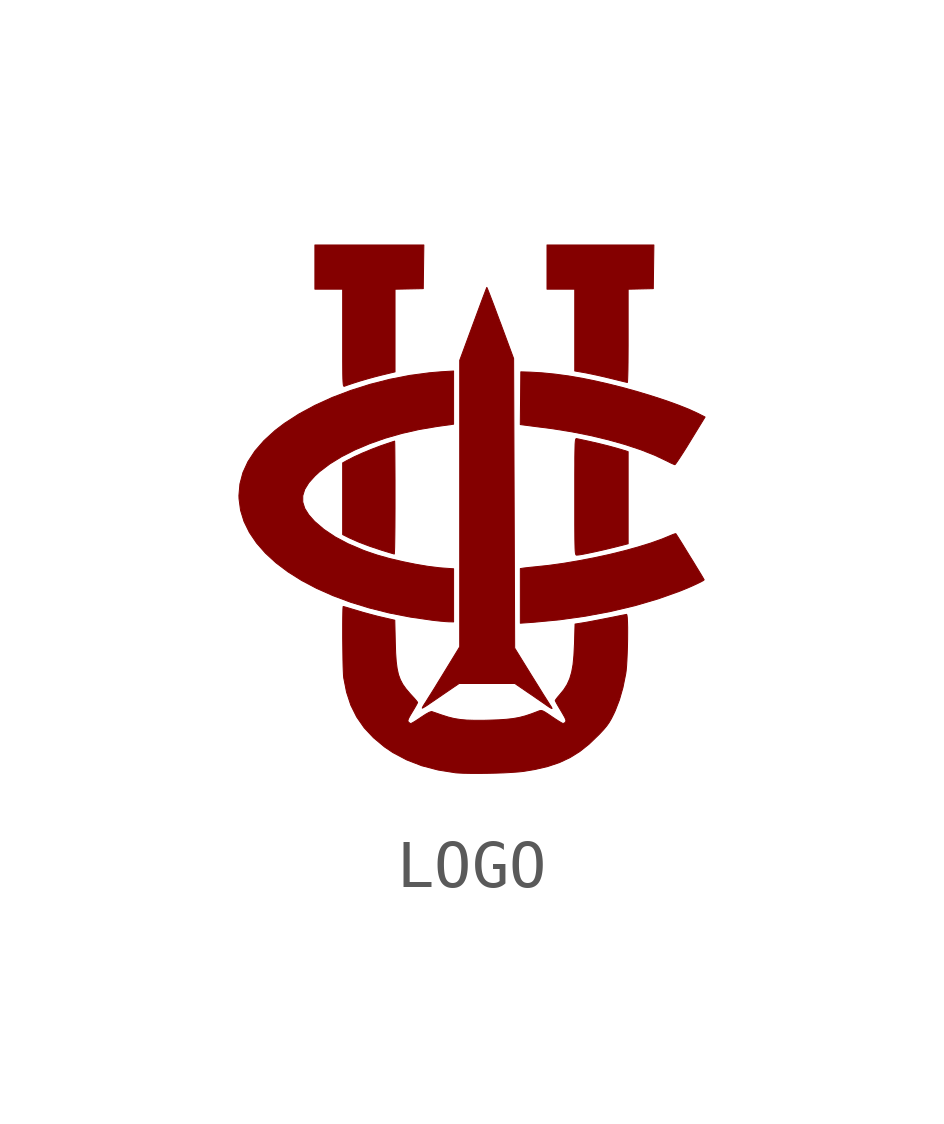
<source format=kicad_sym>
(kicad_symbol_lib
  (version 20210619)
  (generator bitmap2component)
  (symbol "LOGO"
    (pin_names
      (offset 1.016))
    (property "Reference" "#G"
      (at 0 4.988 0)
      (effects (font (size 1.27 1.27)) hide))
    (symbol "LOGO_0_0"
      (polyline (pts (xy 0.285 -5.505) (xy 0.467 -5.501) (xy 0.643 -5.495) (xy 0.804 -5.486) (xy 0.942 -5.476) (xy 1.048 -5.465) (xy 1.288 -5.425) (xy 1.557 -5.362) (xy 1.798 -5.281) (xy 2.016 -5.179) (xy 2.22 -5.052) (xy 2.414 -4.898) (xy 2.607 -4.712) (xy 2.634 -4.685) (xy 2.719 -4.594) (xy 2.783 -4.517) (xy 2.833 -4.446) (xy 2.879 -4.367) (xy 2.927 -4.271) (xy 2.958 -4.205) (xy 3.047 -3.975) (xy 3.12 -3.72) (xy 3.178 -3.432) (xy 3.187 -3.367) (xy 3.196 -3.267) (xy 3.203 -3.147) (xy 3.209 -3.012) (xy 3.214 -2.871) (xy 3.217 -2.728) (xy 3.218 -2.59) (xy 3.218 -2.463) (xy 3.215 -2.354) (xy 3.211 -2.269) (xy 3.204 -2.214) (xy 3.196 -2.195) (xy 3.174 -2.2) (xy 3.116 -2.211) (xy 3.03 -2.228) (xy 2.922 -2.25) (xy 2.8 -2.274) (xy 2.709 -2.292) (xy 2.575 -2.318) (xy 2.451 -2.342) (xy 2.348 -2.361) (xy 2.275 -2.373) (xy 2.123 -2.397) (xy 2.111 -2.818) (xy 2.11 -2.829) (xy 2.099 -3.053) (xy 2.081 -3.24) (xy 2.052 -3.399) (xy 2.012 -3.535) (xy 1.958 -3.655) (xy 1.888 -3.765) (xy 1.801 -3.871) (xy 1.758 -3.921) (xy 1.724 -3.966) (xy 1.71 -3.989) (xy 1.717 -4.006) (xy 1.742 -4.054) (xy 1.782 -4.123) (xy 1.831 -4.205) (xy 1.866 -4.265) (xy 1.907 -4.337) (xy 1.928 -4.385) (xy 1.933 -4.416) (xy 1.924 -4.436) (xy 1.906 -4.454) (xy 1.875 -4.468) (xy 1.85 -4.458) (xy 1.797 -4.427) (xy 1.725 -4.381) (xy 1.641 -4.325) (xy 1.567 -4.274) (xy 1.5 -4.231) (xy 1.454 -4.206) (xy 1.421 -4.197) (xy 1.393 -4.199) (xy 1.362 -4.209) (xy 1.357 -4.212) (xy 1.214 -4.266) (xy 1.085 -4.309) (xy 0.962 -4.341) (xy 0.834 -4.364) (xy 0.692 -4.38) (xy 0.526 -4.391) (xy 0.327 -4.398) (xy 0.22 -4.401) (xy 0.028 -4.401) (xy -0.133 -4.396) (xy -0.272 -4.383) (xy -0.397 -4.363) (xy -0.517 -4.333) (xy -0.64 -4.294) (xy -0.677 -4.282) (xy -0.759 -4.253) (xy -0.824 -4.231) (xy -0.859 -4.219) (xy -0.869 -4.219) (xy -0.916 -4.235) (xy -0.989 -4.276) (xy -1.084 -4.338) (xy -1.146 -4.38) (xy -1.217 -4.426) (xy -1.27 -4.457) (xy -1.296 -4.468) (xy -1.314 -4.463) (xy -1.347 -4.436) (xy -1.353 -4.428) (xy -1.357 -4.404) (xy -1.345 -4.367) (xy -1.315 -4.309) (xy -1.264 -4.224) (xy -1.234 -4.174) (xy -1.193 -4.104) (xy -1.165 -4.052) (xy -1.155 -4.029) (xy -1.157 -4.024) (xy -1.18 -3.993) (xy -1.223 -3.942) (xy -1.28 -3.88) (xy -1.313 -3.844) (xy -1.397 -3.745) (xy -1.464 -3.651) (xy -1.515 -3.553) (xy -1.554 -3.446) (xy -1.581 -3.322) (xy -1.6 -3.176) (xy -1.612 -3.001) (xy -1.619 -2.789) (xy -1.63 -2.317) (xy -1.889 -2.257) (xy -1.987 -2.234) (xy -2.135 -2.195) (xy -2.286 -2.154) (xy -2.42 -2.114) (xy -2.443 -2.107) (xy -2.542 -2.078) (xy -2.623 -2.053) (xy -2.68 -2.037) (xy -2.704 -2.031) (xy -2.707 -2.041) (xy -2.71 -2.086) (xy -2.712 -2.165) (xy -2.714 -2.271) (xy -2.715 -2.397) (xy -2.715 -2.539) (xy -2.715 -2.691) (xy -2.713 -2.846) (xy -2.711 -2.998) (xy -2.709 -3.142) (xy -2.706 -3.272) (xy -2.702 -3.382) (xy -2.698 -3.465) (xy -2.693 -3.517) (xy -2.634 -3.816) (xy -2.545 -4.087) (xy -2.423 -4.332) (xy -2.267 -4.557) (xy -2.074 -4.763) (xy -1.843 -4.956) (xy -1.67 -5.073) (xy -1.383 -5.225) (xy -1.068 -5.347) (xy -0.728 -5.436) (xy -0.363 -5.494) (xy -0.324 -5.497) (xy -0.207 -5.503) (xy -0.061 -5.506) (xy 0.106 -5.507) (xy 0.285 -5.505)) (stroke (width 0.01)) (fill (type outline)))
      (polyline (pts (xy 1.644 -4.156) (xy 1.635 -4.132) (xy 1.609 -4.09) (xy 1.602 -4.081) (xy 1.573 -4.035) (xy 1.525 -3.959) (xy 1.462 -3.86) (xy 1.388 -3.74) (xy 1.305 -3.607) (xy 1.216 -3.464) (xy 0.866 -2.897) (xy 0.855 0.118) (xy 0.844 3.132) (xy 0.569 3.876) (xy 0.563 3.89) (xy 0.501 4.056) (xy 0.444 4.21) (xy 0.393 4.344) (xy 0.35 4.456) (xy 0.317 4.541) (xy 0.295 4.594) (xy 0.286 4.612) (xy 0.285 4.611) (xy 0.275 4.586) (xy 0.252 4.525) (xy 0.217 4.433) (xy 0.173 4.316) (xy 0.121 4.176) (xy 0.063 4.019) (xy 0.000100 3.849) (xy -0.278 3.094) (xy -0.278 -2.87) (xy -0.613 -3.418) (xy -0.635 -3.454) (xy -0.722 -3.595) (xy -0.803 -3.728) (xy -0.876 -3.845) (xy -0.938 -3.943) (xy -0.983 -4.016) (xy -1.01 -4.057) (xy -1.032 -4.092) (xy -1.054 -4.132) (xy -1.057 -4.148) (xy -1.033 -4.136) (xy -0.984 -4.107) (xy -0.922 -4.066) (xy -0.913 -4.059) (xy -0.845 -4.013) (xy -0.753 -3.95) (xy -0.651 -3.88) (xy -0.547 -3.809) (xy -0.292 -3.635) (xy 0.87 -3.635) (xy 1.156 -3.831) (xy 1.21 -3.867) (xy 1.314 -3.939) (xy 1.41 -4.005) (xy 1.488 -4.059) (xy 1.539 -4.095) (xy 1.58 -4.123) (xy 1.623 -4.149) (xy 1.643 -4.157) (xy 1.644 -4.156)) (stroke (width 0.01)) (fill (type outline)))
      (polyline (pts (xy 1.203 -2.364) (xy 1.249 -2.361) (xy 1.799 -2.309) (xy 2.341 -2.233) (xy 2.869 -2.134) (xy 3.377 -2.013) (xy 3.859 -1.871) (xy 4.308 -1.711) (xy 4.355 -1.692) (xy 4.465 -1.647) (xy 4.57 -1.601) (xy 4.665 -1.557) (xy 4.741 -1.52) (xy 4.792 -1.492) (xy 4.811 -1.476) (xy 4.81 -1.474) (xy 4.793 -1.444) (xy 4.759 -1.386) (xy 4.71 -1.305) (xy 4.65 -1.207) (xy 4.584 -1.098) (xy 4.513 -0.984) (xy 4.443 -0.87) (xy 4.377 -0.762) (xy 4.318 -0.667) (xy 4.27 -0.591) (xy 4.236 -0.538) (xy 4.221 -0.515) (xy 4.202 -0.518) (xy 4.154 -0.535) (xy 4.089 -0.562) (xy 3.935 -0.626) (xy 3.7 -0.71) (xy 3.435 -0.792) (xy 3.145 -0.872) (xy 2.838 -0.948) (xy 2.52 -1.017) (xy 2.197 -1.079) (xy 1.878 -1.133) (xy 1.567 -1.176) (xy 1.272 -1.207) (xy 1.192 -1.215) (xy 1.111 -1.224) (xy 1.053 -1.231) (xy 0.984 -1.242) (xy 0.984 -2.379) (xy 1.203 -2.364)) (stroke (width 0.01)) (fill (type outline)))
      (polyline (pts (xy -0.406 -1.246) (xy -0.611 -1.232) (xy -0.697 -1.225) (xy -0.941 -1.195) (xy -1.206 -1.15) (xy -1.48 -1.094) (xy -1.748 -1.03) (xy -2 -0.959) (xy -2.221 -0.884) (xy -2.296 -0.856) (xy -2.605 -0.724) (xy -2.874 -0.581) (xy -3.105 -0.426) (xy -3.299 -0.26) (xy -3.419 -0.125) (xy -3.504 0.01) (xy -3.546 0.143) (xy -3.546 0.274) (xy -3.505 0.407) (xy -3.421 0.543) (xy -3.294 0.685) (xy -3.196 0.775) (xy -2.985 0.935) (xy -2.738 1.087) (xy -2.46 1.228) (xy -2.155 1.357) (xy -1.829 1.472) (xy -1.484 1.571) (xy -1.127 1.652) (xy -0.761 1.714) (xy -0.406 1.764) (xy -0.406 2.317) (xy -0.406 2.871) (xy -0.657 2.856) (xy -0.906 2.835) (xy -1.319 2.78) (xy -1.734 2.699) (xy -2.146 2.594) (xy -2.547 2.467) (xy -2.932 2.321) (xy -3.294 2.156) (xy -3.627 1.976) (xy -3.926 1.783) (xy -4.123 1.633) (xy -4.353 1.423) (xy -4.541 1.207) (xy -4.687 0.985) (xy -4.792 0.756) (xy -4.854 0.52) (xy -4.875 0.278) (xy -4.873 0.213) (xy -4.841 -0.028) (xy -4.769 -0.262) (xy -4.657 -0.49) (xy -4.508 -0.71) (xy -4.323 -0.921) (xy -4.104 -1.122) (xy -3.852 -1.312) (xy -3.57 -1.49) (xy -3.257 -1.655) (xy -2.917 -1.806) (xy -2.55 -1.943) (xy -2.158 -2.063) (xy -1.744 -2.167) (xy -1.307 -2.252) (xy -0.85 -2.318) (xy -0.771 -2.327) (xy -0.664 -2.338) (xy -0.572 -2.346) (xy -0.508 -2.35) (xy -0.406 -2.352) (xy -0.406 -1.246)) (stroke (width 0.01)) (fill (type outline)))
      (polyline (pts (xy 2.203 -0.958) (xy 2.287 -0.944) (xy 2.398 -0.922) (xy 2.531 -0.894) (xy 2.68 -0.861) (xy 2.836 -0.824) (xy 2.995 -0.785) (xy 3.148 -0.746) (xy 3.228 -0.725) (xy 3.228 1.193) (xy 3.084 1.237) (xy 2.995 1.263) (xy 2.816 1.312) (xy 2.623 1.36) (xy 2.405 1.41) (xy 2.154 1.464) (xy 2.151 1.464) (xy 2.144 1.462) (xy 2.138 1.453) (xy 2.132 1.433) (xy 2.128 1.4) (xy 2.124 1.35) (xy 2.122 1.28) (xy 2.12 1.186) (xy 2.118 1.066) (xy 2.118 0.916) (xy 2.117 0.733) (xy 2.117 0.513) (xy 2.117 0.255) (xy 2.117 0.099) (xy 2.117 -0.136) (xy 2.117 -0.334) (xy 2.118 -0.498) (xy 2.119 -0.63) (xy 2.121 -0.734) (xy 2.123 -0.814) (xy 2.126 -0.873) (xy 2.13 -0.914) (xy 2.135 -0.94) (xy 2.141 -0.954) (xy 2.148 -0.961) (xy 2.156 -0.962) (xy 2.203 -0.958)) (stroke (width 0.01)) (fill (type outline)))
      (polyline (pts (xy -1.639 -0.931) (xy -1.636 -0.886) (xy -1.633 -0.805) (xy -1.631 -0.691) (xy -1.629 -0.548) (xy -1.627 -0.38) (xy -1.626 -0.191) (xy -1.625 0.015) (xy -1.625 0.235) (xy -1.625 0.372) (xy -1.625 0.584) (xy -1.626 0.78) (xy -1.627 0.957) (xy -1.628 1.11) (xy -1.629 1.236) (xy -1.63 1.331) (xy -1.632 1.39) (xy -1.633 1.411) (xy -1.634 1.411) (xy -1.66 1.403) (xy -1.717 1.384) (xy -1.798 1.357) (xy -1.895 1.324) (xy -1.924 1.314) (xy -2.111 1.243) (xy -2.3 1.165) (xy -2.476 1.085) (xy -2.624 1.009) (xy -2.715 0.959) (xy -2.715 -0.534) (xy -2.61 -0.587) (xy -2.551 -0.616) (xy -2.366 -0.697) (xy -2.15 -0.778) (xy -1.914 -0.857) (xy -1.904 -0.86) (xy -1.806 -0.89) (xy -1.724 -0.915) (xy -1.666 -0.932) (xy -1.641 -0.939) (xy -1.639 -0.931)) (stroke (width 0.01)) (fill (type outline)))
      (polyline (pts (xy 4.219 0.94) (xy 4.255 0.991) (xy 4.307 1.069) (xy 4.372 1.169) (xy 4.446 1.286) (xy 4.526 1.417) (xy 4.83 1.913) (xy 4.708 1.975) (xy 4.702 1.979) (xy 4.511 2.067) (xy 4.285 2.158) (xy 4.029 2.251) (xy 3.752 2.342) (xy 3.46 2.431) (xy 3.158 2.516) (xy 2.855 2.593) (xy 2.556 2.662) (xy 2.268 2.721) (xy 1.999 2.767) (xy 1.993 2.768) (xy 1.704 2.807) (xy 1.431 2.834) (xy 1.187 2.848) (xy 0.994 2.854) (xy 0.983 1.756) (xy 1.074 1.744) (xy 1.097 1.741) (xy 1.168 1.732) (xy 1.267 1.719) (xy 1.383 1.704) (xy 1.507 1.689) (xy 1.656 1.669) (xy 2.054 1.605) (xy 2.441 1.528) (xy 2.813 1.439) (xy 3.165 1.34) (xy 3.49 1.232) (xy 3.784 1.116) (xy 4.041 0.994) (xy 4.049 0.99) (xy 4.118 0.955) (xy 4.173 0.931) (xy 4.201 0.921) (xy 4.202 0.921) (xy 4.219 0.94)) (stroke (width 0.01)) (fill (type outline)))
      (polyline (pts (xy -2.678 2.554) (xy -2.618 2.576) (xy -2.496 2.617) (xy -2.351 2.663) (xy -2.197 2.708) (xy -2.045 2.75) (xy -1.908 2.785) (xy -1.625 2.853) (xy -1.625 4.574) (xy -1.331 4.58) (xy -1.037 4.586) (xy -1.031 5.04) (xy -1.025 5.495) (xy -3.293 5.495) (xy -3.293 4.575) (xy -2.715 4.575) (xy -2.715 3.491) (xy -2.715 3.267) (xy -2.715 3.081) (xy -2.714 2.93) (xy -2.713 2.81) (xy -2.711 2.718) (xy -2.708 2.65) (xy -2.704 2.603) (xy -2.7 2.574) (xy -2.694 2.558) (xy -2.687 2.553) (xy -2.678 2.554)) (stroke (width 0.01)) (fill (type outline)))
      (polyline (pts (xy 3.215 2.646) (xy 3.218 2.699) (xy 3.221 2.787) (xy 3.224 2.905) (xy 3.226 3.05) (xy 3.227 3.217) (xy 3.228 3.403) (xy 3.228 3.602) (xy 3.228 4.574) (xy 3.49 4.58) (xy 3.752 4.586) (xy 3.758 5.04) (xy 3.764 5.495) (xy 1.539 5.495) (xy 1.539 4.575) (xy 2.117 4.575) (xy 2.117 2.872) (xy 2.325 2.836) (xy 2.352 2.831) (xy 2.46 2.809) (xy 2.591 2.781) (xy 2.731 2.749) (xy 2.865 2.717) (xy 2.937 2.699) (xy 3.042 2.673) (xy 3.128 2.652) (xy 3.187 2.638) (xy 3.212 2.632) (xy 3.215 2.646)) (stroke (width 0.01)) (fill (type outline))))))
</source>
